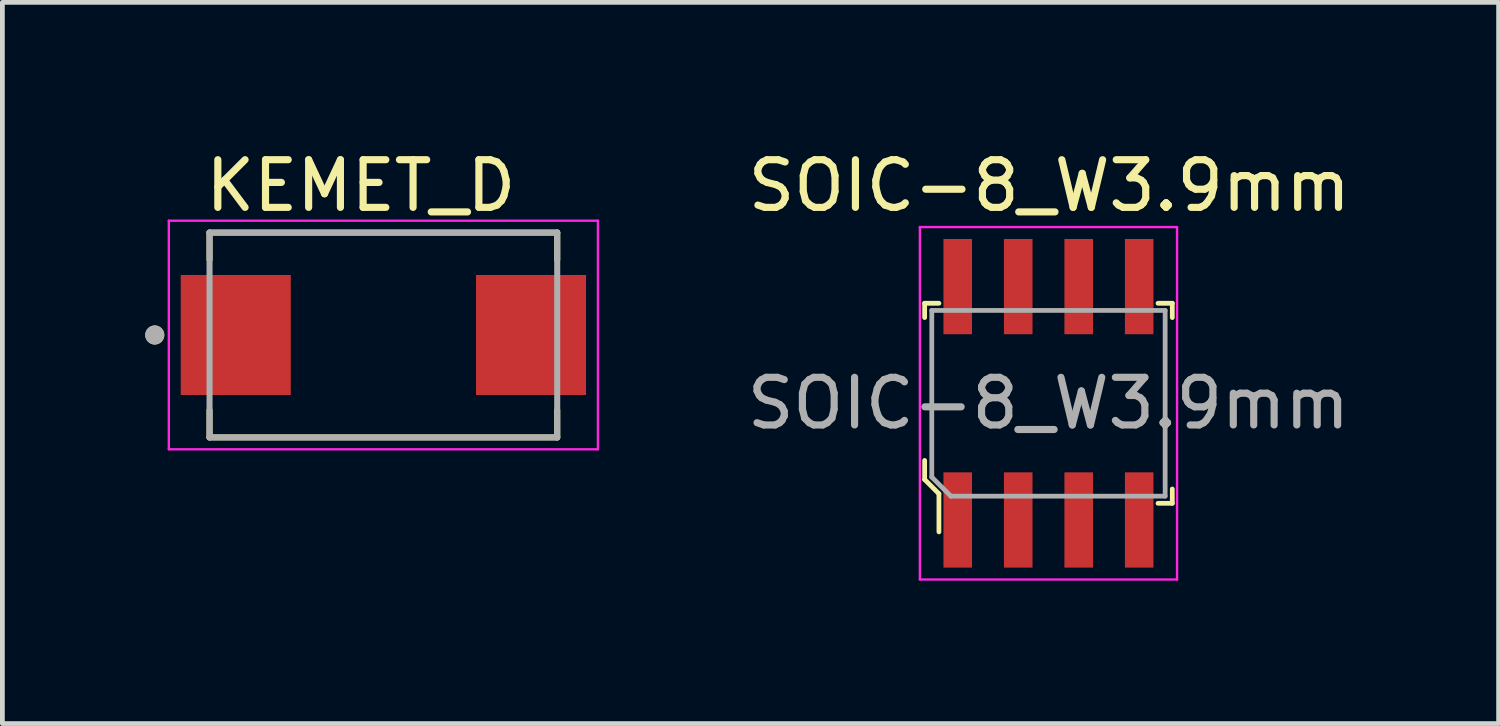
<source format=kicad_pcb>
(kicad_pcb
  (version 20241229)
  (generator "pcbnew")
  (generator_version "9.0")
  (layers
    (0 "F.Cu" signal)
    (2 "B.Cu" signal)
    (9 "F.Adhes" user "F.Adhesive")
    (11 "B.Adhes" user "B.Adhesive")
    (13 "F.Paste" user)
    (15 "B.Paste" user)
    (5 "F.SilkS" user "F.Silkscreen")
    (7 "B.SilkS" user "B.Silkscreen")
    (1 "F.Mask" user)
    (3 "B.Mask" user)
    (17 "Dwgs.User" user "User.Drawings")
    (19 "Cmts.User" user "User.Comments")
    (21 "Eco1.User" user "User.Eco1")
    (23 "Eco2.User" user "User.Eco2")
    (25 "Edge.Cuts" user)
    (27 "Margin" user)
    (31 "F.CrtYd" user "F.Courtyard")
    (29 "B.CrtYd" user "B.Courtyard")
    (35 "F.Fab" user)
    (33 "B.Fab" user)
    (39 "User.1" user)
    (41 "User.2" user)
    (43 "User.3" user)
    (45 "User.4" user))
  (footprint "SOIC-8_W3.9mm"
    (layer "F.Cu")
    (at 18.965 5.418)
    (property "Reference" "SOIC-8_W3.9mm" (at 0.018 -4.569 0) (layer "F.SilkS") (effects (font (size 1 1) (thickness 0.15))))
    (attr smd)
    (fp_line (start -2.6 -2.1) (end -2.6 -1.8) (stroke (width 0.1) (type solid)) (layer "F.SilkS"))
    (fp_line (start -2.6 1.2) (end -2.6 1.6) (stroke (width 0.1) (type solid)) (layer "F.SilkS"))
    (fp_line (start -2.6 1.6) (end -2.3 1.9) (stroke (width 0.1) (type solid)) (layer "F.SilkS"))
    (fp_line (start -2.3 -2.1) (end -2.6 -2.1) (stroke (width 0.1) (type solid)) (layer "F.SilkS"))
    (fp_line (start -2.3 1.9) (end -2.3 2.7) (stroke (width 0.1) (type solid)) (layer "F.SilkS"))
    (fp_line (start 2.3 -2.1) (end 2.6 -2.1) (stroke (width 0.1) (type solid)) (layer "F.SilkS"))
    (fp_line (start 2.3 2.1) (end 2.6 2.1) (stroke (width 0.1) (type solid)) (layer "F.SilkS"))
    (fp_line (start 2.6 -2.1) (end 2.6 -1.8) (stroke (width 0.1) (type solid)) (layer "F.SilkS"))
    (fp_line (start 2.6 2.1) (end 2.6 1.8) (stroke (width 0.1) (type solid)) (layer "F.SilkS"))
    (fp_line (start -2.7 -3.7) (end -2.7 3.7) (stroke (width 0.05) (type solid)) (layer "F.CrtYd"))
    (fp_line (start -2.7 -3.7) (end 2.7 -3.7) (stroke (width 0.05) (type solid)) (layer "F.CrtYd"))
    (fp_line (start -2.7 3.7) (end 2.7 3.7) (stroke (width 0.05) (type solid)) (layer "F.CrtYd"))
    (fp_line (start 2.7 -3.7) (end 2.7 3.7) (stroke (width 0.05) (type solid)) (layer "F.CrtYd"))
    (fp_line (start -2.45 -1.95) (end 2.45 -1.95) (stroke (width 0.1) (type solid)) (layer "F.Fab"))
    (fp_line (start -2.45 1.55) (end -2.45 -1.95) (stroke (width 0.1) (type solid)) (layer "F.Fab"))
    (fp_line (start -2.45 1.55) (end -2.05 1.95) (stroke (width 0.1) (type solid)) (layer "F.Fab"))
    (fp_line (start -2.05 1.95) (end 2.45 1.95) (stroke (width 0.1) (type solid)) (layer "F.Fab"))
    (fp_line (start 2.45 -1.95) (end 2.45 1.95) (stroke (width 0.1) (type solid)) (layer "F.Fab"))
    (fp_text user "${REFERENCE}" (at 0 0 0) (layer "F.Fab") (effects (font (size 1 1) (thickness 0.15))))
    (pad "1" smd rect (at -1.905 2.45) (size 0.6 2) (layers "F.Cu" "F.Mask" "F.Paste"))
    (pad "2" smd rect (at -0.635 2.45) (size 0.6 2) (layers "F.Cu" "F.Mask" "F.Paste"))
    (pad "3" smd rect (at 0.635 2.45) (size 0.6 2) (layers "F.Cu" "F.Mask" "F.Paste"))
    (pad "4" smd rect (at 1.905 2.45) (size 0.6 2) (layers "F.Cu" "F.Mask" "F.Paste"))
    (pad "5" smd rect (at 1.905 -2.45) (size 0.6 2) (layers "F.Cu" "F.Mask" "F.Paste"))
    (pad "6" smd rect (at 0.635 -2.45) (size 0.6 2) (layers "F.Cu" "F.Mask" "F.Paste"))
    (pad "7" smd rect (at -0.635 -2.45) (size 0.6 2) (layers "F.Cu" "F.Mask" "F.Paste"))
    (pad "8" smd rect (at -1.905 -2.45) (size 0.6 2) (layers "F.Cu" "F.Mask" "F.Paste")))
  (footprint "KEMET_D"
    (layer "F.Cu")
    (at 5 3.984)
    (property "Reference" "KEMET_D" (at -0.473 -3.135 0) (layer "F.SilkS") (effects (font (size 1.001 1.001) (thickness 0.15))))
    (attr through_hole)
    (fp_line (start -3.65 -2.15) (end 3.65 -2.15) (stroke (width 0.127) (type solid)) (layer "F.SilkS"))
    (fp_line (start -3.65 -1.58) (end -3.65 -2.15) (stroke (width 0.127) (type solid)) (layer "F.SilkS"))
    (fp_line (start -3.65 1.58) (end -3.65 2.15) (stroke (width 0.127) (type solid)) (layer "F.SilkS"))
    (fp_line (start -3.65 2.15) (end 3.65 2.15) (stroke (width 0.127) (type solid)) (layer "F.SilkS"))
    (fp_line (start 3.65 -2.15) (end 3.65 -1.58) (stroke (width 0.127) (type solid)) (layer "F.SilkS"))
    (fp_line (start 3.65 2.15) (end 3.65 1.58) (stroke (width 0.127) (type solid)) (layer "F.SilkS"))
    (fp_circle (center -4.8 0) (end -4.7 0) (stroke (width 0.2) (type solid)) (fill no) (layer "F.SilkS"))
    (fp_line (start -4.505 -2.4) (end -4.505 2.4) (stroke (width 0.05) (type solid)) (layer "F.CrtYd"))
    (fp_line (start -4.505 2.4) (end 4.505 2.4) (stroke (width 0.05) (type solid)) (layer "F.CrtYd"))
    (fp_line (start 4.505 -2.4) (end -4.505 -2.4) (stroke (width 0.05) (type solid)) (layer "F.CrtYd"))
    (fp_line (start 4.505 2.4) (end 4.505 -2.4) (stroke (width 0.05) (type solid)) (layer "F.CrtYd"))
    (fp_line (start -3.65 -2.15) (end -3.65 2.15) (stroke (width 0.127) (type solid)) (layer "F.Fab"))
    (fp_line (start -3.65 2.15) (end 3.65 2.15) (stroke (width 0.127) (type solid)) (layer "F.Fab"))
    (fp_line (start 3.65 -2.15) (end -3.65 -2.15) (stroke (width 0.127) (type solid)) (layer "F.Fab"))
    (fp_line (start 3.65 2.15) (end 3.65 -2.15) (stroke (width 0.127) (type solid)) (layer "F.Fab"))
    (fp_circle (center -4.8 0) (end -4.7 0) (stroke (width 0.2) (type solid)) (fill no) (layer "F.Fab"))
    (pad "1" smd rect (at -3.1 0) (size 2.31 2.52) (layers "F.Cu" "F.Mask" "F.Paste"))
    (pad "2" smd rect (at 3.1 0) (size 2.31 2.52) (layers "F.Cu" "F.Mask" "F.Paste")))
  (gr_rect
    (start -3 -3)
    (end 28.417 12.143)
    (stroke (width 0.1) (type default))
    (fill no)
    (layer "Edge.Cuts")))
</source>
